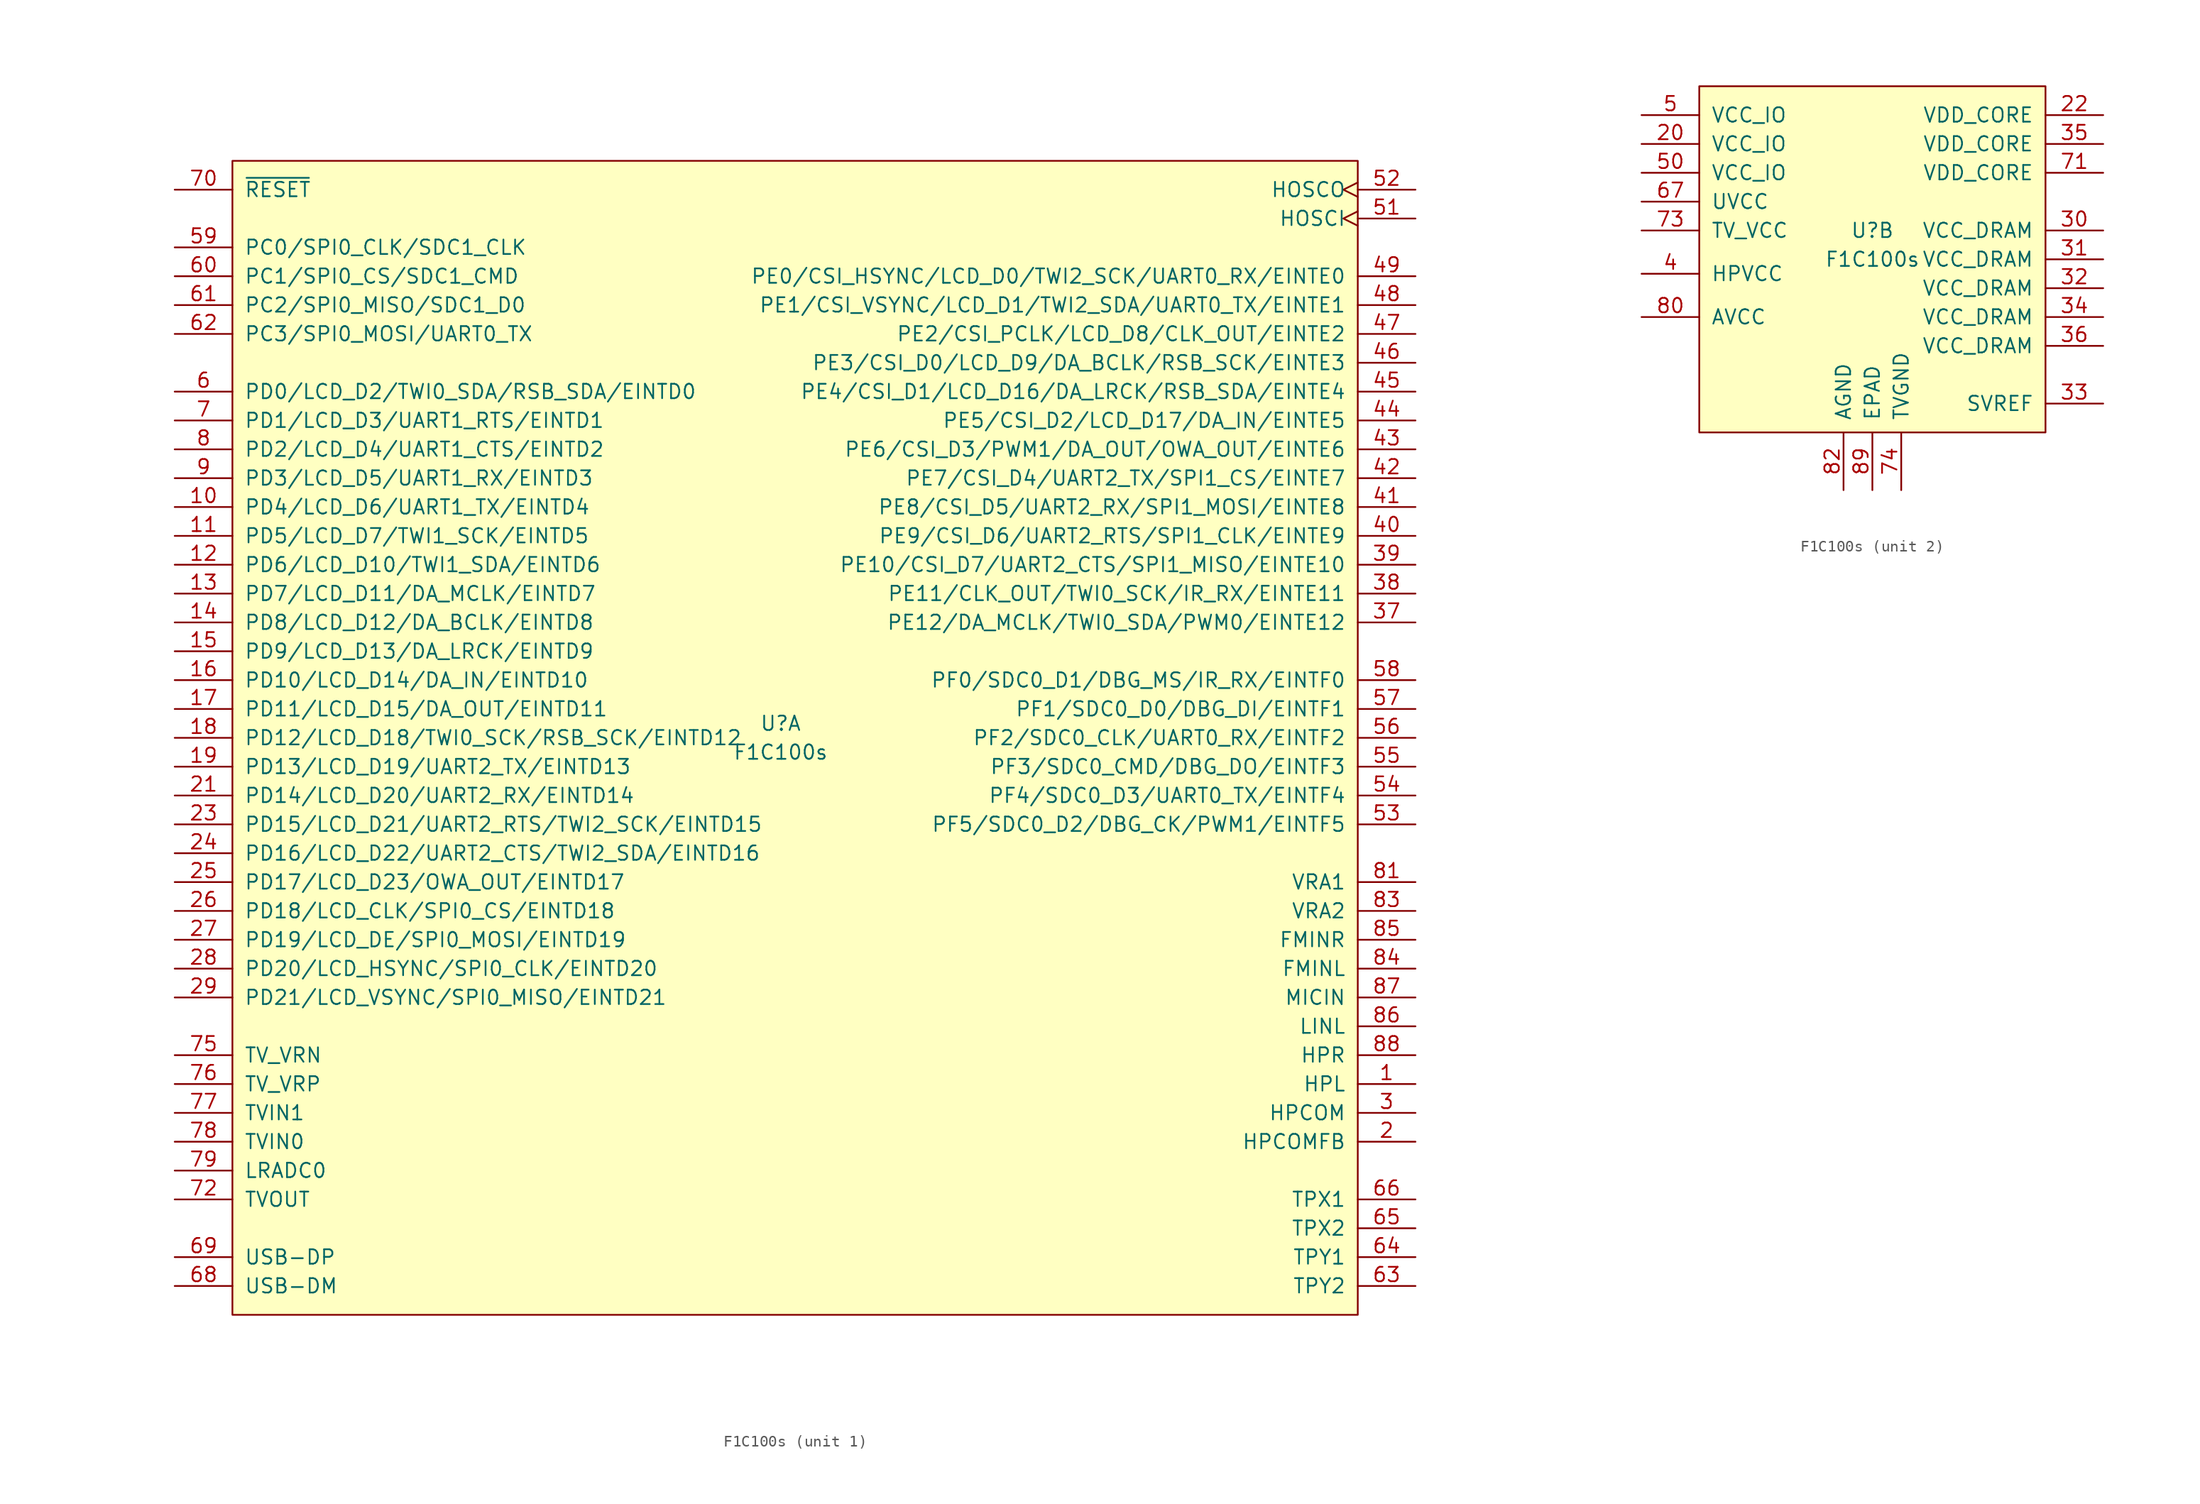
<source format=kicad_sym>
(kicad_symbol_lib
  (version 20241209)
  (generator "kicad_symbol_editor")
  (generator_version "9.0")
  (symbol "F1C100s"
    (pin_names
      (offset 1.016))
    (property "Reference" "U"
      (at 0 1.27 0)
      (effects (font (size 1.27 1.27))))
    (property "Value" "F1C100s"
      (at 0 -1.27 0)
      (effects (font (size 1.27 1.27))))
    (property "ki_locked" ""
      (at 0 0 0)
      (effects (font (size 1.27 1.27))))
    (symbol "F1C100s_1_0"
      (pin input line (at -53.34 48.26 0) (length 5.08) (name "~{RESET}" (effects (font (size 1.27 1.27)))) (number "70" (effects (font (size 1.27 1.27)))))
      (pin bidirectional line (at -53.34 43.18 0) (length 5.08) (name "PC0/SPI0_CLK/SDC1_CLK" (effects (font (size 1.27 1.27)))) (number "59" (effects (font (size 1.27 1.27)))))
      (pin bidirectional line (at -53.34 40.64 0) (length 5.08) (name "PC1/SPI0_CS/SDC1_CMD" (effects (font (size 1.27 1.27)))) (number "60" (effects (font (size 1.27 1.27)))))
      (pin bidirectional line (at -53.34 38.1 0) (length 5.08) (name "PC2/SPI0_MISO/SDC1_D0" (effects (font (size 1.27 1.27)))) (number "61" (effects (font (size 1.27 1.27)))))
      (pin bidirectional line (at -53.34 35.56 0) (length 5.08) (name "PC3/SPI0_MOSI/UART0_TX" (effects (font (size 1.27 1.27)))) (number "62" (effects (font (size 1.27 1.27)))))
      (pin bidirectional line (at -53.34 30.48 0) (length 5.08) (name "PD0/LCD_D2/TWI0_SDA/RSB_SDA/EINTD0" (effects (font (size 1.27 1.27)))) (number "6" (effects (font (size 1.27 1.27)))))
      (pin bidirectional line (at -53.34 27.94 0) (length 5.08) (name "PD1/LCD_D3/UART1_RTS/EINTD1" (effects (font (size 1.27 1.27)))) (number "7" (effects (font (size 1.27 1.27)))))
      (pin bidirectional line (at -53.34 25.4 0) (length 5.08) (name "PD2/LCD_D4/UART1_CTS/EINTD2" (effects (font (size 1.27 1.27)))) (number "8" (effects (font (size 1.27 1.27)))))
      (pin bidirectional line (at -53.34 22.86 0) (length 5.08) (name "PD3/LCD_D5/UART1_RX/EINTD3" (effects (font (size 1.27 1.27)))) (number "9" (effects (font (size 1.27 1.27)))))
      (pin bidirectional line (at -53.34 20.32 0) (length 5.08) (name "PD4/LCD_D6/UART1_TX/EINTD4" (effects (font (size 1.27 1.27)))) (number "10" (effects (font (size 1.27 1.27)))))
      (pin bidirectional line (at -53.34 17.78 0) (length 5.08) (name "PD5/LCD_D7/TWI1_SCK/EINTD5" (effects (font (size 1.27 1.27)))) (number "11" (effects (font (size 1.27 1.27)))))
      (pin bidirectional line (at -53.34 15.24 0) (length 5.08) (name "PD6/LCD_D10/TWI1_SDA/EINTD6" (effects (font (size 1.27 1.27)))) (number "12" (effects (font (size 1.27 1.27)))))
      (pin bidirectional line (at -53.34 12.7 0) (length 5.08) (name "PD7/LCD_D11/DA_MCLK/EINTD7" (effects (font (size 1.27 1.27)))) (number "13" (effects (font (size 1.27 1.27)))))
      (pin bidirectional line (at -53.34 10.16 0) (length 5.08) (name "PD8/LCD_D12/DA_BCLK/EINTD8" (effects (font (size 1.27 1.27)))) (number "14" (effects (font (size 1.27 1.27)))))
      (pin bidirectional line (at -53.34 7.62 0) (length 5.08) (name "PD9/LCD_D13/DA_LRCK/EINTD9" (effects (font (size 1.27 1.27)))) (number "15" (effects (font (size 1.27 1.27)))))
      (pin bidirectional line (at -53.34 5.08 0) (length 5.08) (name "PD10/LCD_D14/DA_IN/EINTD10" (effects (font (size 1.27 1.27)))) (number "16" (effects (font (size 1.27 1.27)))))
      (pin bidirectional line (at -53.34 2.54 0) (length 5.08) (name "PD11/LCD_D15/DA_OUT/EINTD11" (effects (font (size 1.27 1.27)))) (number "17" (effects (font (size 1.27 1.27)))))
      (pin bidirectional line (at -53.34 0 0) (length 5.08) (name "PD12/LCD_D18/TWI0_SCK/RSB_SCK/EINTD12" (effects (font (size 1.27 1.27)))) (number "18" (effects (font (size 1.27 1.27)))))
      (pin bidirectional line (at -53.34 -2.54 0) (length 5.08) (name "PD13/LCD_D19/UART2_TX/EINTD13" (effects (font (size 1.27 1.27)))) (number "19" (effects (font (size 1.27 1.27)))))
      (pin bidirectional line (at -53.34 -5.08 0) (length 5.08) (name "PD14/LCD_D20/UART2_RX/EINTD14" (effects (font (size 1.27 1.27)))) (number "21" (effects (font (size 1.27 1.27)))))
      (pin bidirectional line (at -53.34 -7.62 0) (length 5.08) (name "PD15/LCD_D21/UART2_RTS/TWI2_SCK/EINTD15" (effects (font (size 1.27 1.27)))) (number "23" (effects (font (size 1.27 1.27)))))
      (pin bidirectional line (at -53.34 -10.16 0) (length 5.08) (name "PD16/LCD_D22/UART2_CTS/TWI2_SDA/EINTD16" (effects (font (size 1.27 1.27)))) (number "24" (effects (font (size 1.27 1.27)))))
      (pin bidirectional line (at -53.34 -12.7 0) (length 5.08) (name "PD17/LCD_D23/OWA_OUT/EINTD17" (effects (font (size 1.27 1.27)))) (number "25" (effects (font (size 1.27 1.27)))))
      (pin bidirectional line (at -53.34 -15.24 0) (length 5.08) (name "PD18/LCD_CLK/SPI0_CS/EINTD18" (effects (font (size 1.27 1.27)))) (number "26" (effects (font (size 1.27 1.27)))))
      (pin bidirectional line (at -53.34 -17.78 0) (length 5.08) (name "PD19/LCD_DE/SPI0_MOSI/EINTD19" (effects (font (size 1.27 1.27)))) (number "27" (effects (font (size 1.27 1.27)))))
      (pin bidirectional line (at -53.34 -20.32 0) (length 5.08) (name "PD20/LCD_HSYNC/SPI0_CLK/EINTD20" (effects (font (size 1.27 1.27)))) (number "28" (effects (font (size 1.27 1.27)))))
      (pin bidirectional line (at -53.34 -22.86 0) (length 5.08) (name "PD21/LCD_VSYNC/SPI0_MISO/EINTD21" (effects (font (size 1.27 1.27)))) (number "29" (effects (font (size 1.27 1.27)))))
      (pin input line (at -53.34 -27.94 0) (length 5.08) (name "TV_VRN" (effects (font (size 1.27 1.27)))) (number "75" (effects (font (size 1.27 1.27)))))
      (pin input line (at -53.34 -30.48 0) (length 5.08) (name "TV_VRP" (effects (font (size 1.27 1.27)))) (number "76" (effects (font (size 1.27 1.27)))))
      (pin input line (at -53.34 -33.02 0) (length 5.08) (name "TVIN1" (effects (font (size 1.27 1.27)))) (number "77" (effects (font (size 1.27 1.27)))))
      (pin input line (at -53.34 -35.56 0) (length 5.08) (name "TVIN0" (effects (font (size 1.27 1.27)))) (number "78" (effects (font (size 1.27 1.27)))))
      (pin input line (at -53.34 -38.1 0) (length 5.08) (name "LRADC0" (effects (font (size 1.27 1.27)))) (number "79" (effects (font (size 1.27 1.27)))))
      (pin output line (at -53.34 -40.64 0) (length 5.08) (name "TVOUT" (effects (font (size 1.27 1.27)))) (number "72" (effects (font (size 1.27 1.27)))))
      (pin bidirectional line (at -53.34 -45.72 0) (length 5.08) (name "USB-DP" (effects (font (size 1.27 1.27)))) (number "69" (effects (font (size 1.27 1.27)))))
      (pin bidirectional line (at -53.34 -48.26 0) (length 5.08) (name "USB-DM" (effects (font (size 1.27 1.27)))) (number "68" (effects (font (size 1.27 1.27)))))
      (pin input clock (at 55.88 48.26 180) (length 5.08) (name "HOSCO" (effects (font (size 1.27 1.27)))) (number "52" (effects (font (size 1.27 1.27)))))
      (pin input clock (at 55.88 45.72 180) (length 5.08) (name "HOSCI" (effects (font (size 1.27 1.27)))) (number "51" (effects (font (size 1.27 1.27)))))
      (pin bidirectional line (at 55.88 40.64 180) (length 5.08) (name "PE0/CSI_HSYNC/LCD_D0/TWI2_SCK/UART0_RX/EINTE0" (effects (font (size 1.27 1.27)))) (number "49" (effects (font (size 1.27 1.27)))))
      (pin bidirectional line (at 55.88 38.1 180) (length 5.08) (name "PE1/CSI_VSYNC/LCD_D1/TWI2_SDA/UART0_TX/EINTE1" (effects (font (size 1.27 1.27)))) (number "48" (effects (font (size 1.27 1.27)))))
      (pin bidirectional line (at 55.88 35.56 180) (length 5.08) (name "PE2/CSI_PCLK/LCD_D8/CLK_OUT/EINTE2" (effects (font (size 1.27 1.27)))) (number "47" (effects (font (size 1.27 1.27)))))
      (pin bidirectional line (at 55.88 33.02 180) (length 5.08) (name "PE3/CSI_D0/LCD_D9/DA_BCLK/RSB_SCK/EINTE3" (effects (font (size 1.27 1.27)))) (number "46" (effects (font (size 1.27 1.27)))))
      (pin bidirectional line (at 55.88 30.48 180) (length 5.08) (name "PE4/CSI_D1/LCD_D16/DA_LRCK/RSB_SDA/EINTE4" (effects (font (size 1.27 1.27)))) (number "45" (effects (font (size 1.27 1.27)))))
      (pin bidirectional line (at 55.88 27.94 180) (length 5.08) (name "PE5/CSI_D2/LCD_D17/DA_IN/EINTE5" (effects (font (size 1.27 1.27)))) (number "44" (effects (font (size 1.27 1.27)))))
      (pin bidirectional line (at 55.88 25.4 180) (length 5.08) (name "PE6/CSI_D3/PWM1/DA_OUT/OWA_OUT/EINTE6" (effects (font (size 1.27 1.27)))) (number "43" (effects (font (size 1.27 1.27)))))
      (pin bidirectional line (at 55.88 22.86 180) (length 5.08) (name "PE7/CSI_D4/UART2_TX/SPI1_CS/EINTE7" (effects (font (size 1.27 1.27)))) (number "42" (effects (font (size 1.27 1.27)))))
      (pin bidirectional line (at 55.88 20.32 180) (length 5.08) (name "PE8/CSI_D5/UART2_RX/SPI1_MOSI/EINTE8" (effects (font (size 1.27 1.27)))) (number "41" (effects (font (size 1.27 1.27)))))
      (pin bidirectional line (at 55.88 17.78 180) (length 5.08) (name "PE9/CSI_D6/UART2_RTS/SPI1_CLK/EINTE9" (effects (font (size 1.27 1.27)))) (number "40" (effects (font (size 1.27 1.27)))))
      (pin bidirectional line (at 55.88 15.24 180) (length 5.08) (name "PE10/CSI_D7/UART2_CTS/SPI1_MISO/EINTE10" (effects (font (size 1.27 1.27)))) (number "39" (effects (font (size 1.27 1.27)))))
      (pin bidirectional line (at 55.88 12.7 180) (length 5.08) (name "PE11/CLK_OUT/TWI0_SCK/IR_RX/EINTE11" (effects (font (size 1.27 1.27)))) (number "38" (effects (font (size 1.27 1.27)))))
      (pin bidirectional line (at 55.88 10.16 180) (length 5.08) (name "PE12/DA_MCLK/TWI0_SDA/PWM0/EINTE12" (effects (font (size 1.27 1.27)))) (number "37" (effects (font (size 1.27 1.27)))))
      (pin bidirectional line (at 55.88 5.08 180) (length 5.08) (name "PF0/SDC0_D1/DBG_MS/IR_RX/EINTF0" (effects (font (size 1.27 1.27)))) (number "58" (effects (font (size 1.27 1.27)))))
      (pin bidirectional line (at 55.88 2.54 180) (length 5.08) (name "PF1/SDC0_D0/DBG_DI/EINTF1" (effects (font (size 1.27 1.27)))) (number "57" (effects (font (size 1.27 1.27)))))
      (pin bidirectional line (at 55.88 0 180) (length 5.08) (name "PF2/SDC0_CLK/UART0_RX/EINTF2" (effects (font (size 1.27 1.27)))) (number "56" (effects (font (size 1.27 1.27)))))
      (pin bidirectional line (at 55.88 -2.54 180) (length 5.08) (name "PF3/SDC0_CMD/DBG_DO/EINTF3" (effects (font (size 1.27 1.27)))) (number "55" (effects (font (size 1.27 1.27)))))
      (pin bidirectional line (at 55.88 -5.08 180) (length 5.08) (name "PF4/SDC0_D3/UART0_TX/EINTF4" (effects (font (size 1.27 1.27)))) (number "54" (effects (font (size 1.27 1.27)))))
      (pin bidirectional line (at 55.88 -7.62 180) (length 5.08) (name "PF5/SDC0_D2/DBG_CK/PWM1/EINTF5" (effects (font (size 1.27 1.27)))) (number "53" (effects (font (size 1.27 1.27)))))
      (pin input line (at 55.88 -17.78 180) (length 5.08) (name "FMINR" (effects (font (size 1.27 1.27)))) (number "85" (effects (font (size 1.27 1.27)))))
      (pin input line (at 55.88 -20.32 180) (length 5.08) (name "FMINL" (effects (font (size 1.27 1.27)))) (number "84" (effects (font (size 1.27 1.27)))))
      (pin input line (at 55.88 -22.86 180) (length 5.08) (name "MICIN" (effects (font (size 1.27 1.27)))) (number "87" (effects (font (size 1.27 1.27)))))
      (pin input line (at 55.88 -25.4 180) (length 5.08) (name "LINL" (effects (font (size 1.27 1.27)))) (number "86" (effects (font (size 1.27 1.27)))))
      (pin output line (at 55.88 -27.94 180) (length 5.08) (name "HPR" (effects (font (size 1.27 1.27)))) (number "88" (effects (font (size 1.27 1.27)))))
      (pin output line (at 55.88 -30.48 180) (length 5.08) (name "HPL" (effects (font (size 1.27 1.27)))) (number "1" (effects (font (size 1.27 1.27)))))
      (pin output line (at 55.88 -33.02 180) (length 5.08) (name "HPCOM" (effects (font (size 1.27 1.27)))) (number "3" (effects (font (size 1.27 1.27)))))
      (pin input line (at 55.88 -35.56 180) (length 5.08) (name "HPCOMFB" (effects (font (size 1.27 1.27)))) (number "2" (effects (font (size 1.27 1.27)))))
      (pin input line (at 55.88 -40.64 180) (length 5.08) (name "TPX1" (effects (font (size 1.27 1.27)))) (number "66" (effects (font (size 1.27 1.27)))))
      (pin input line (at 55.88 -43.18 180) (length 5.08) (name "TPX2" (effects (font (size 1.27 1.27)))) (number "65" (effects (font (size 1.27 1.27)))))
      (pin input line (at 55.88 -45.72 180) (length 5.08) (name "TPY1" (effects (font (size 1.27 1.27)))) (number "64" (effects (font (size 1.27 1.27)))))
      (pin input line (at 55.88 -48.26 180) (length 5.08) (name "TPY2" (effects (font (size 1.27 1.27)))) (number "63" (effects (font (size 1.27 1.27))))))
    (symbol "F1C100s_1_1"
      (rectangle (start -48.26 50.8) (end 50.8 -50.8) (stroke (width 0) (type default)) (fill (type background)))
      (pin output line (at 55.88 -12.7 180) (length 5.08) (name "VRA1" (effects (font (size 1.27 1.27)))) (number "81" (effects (font (size 1.27 1.27)))))
      (pin output line (at 55.88 -15.24 180) (length 5.08) (name "VRA2" (effects (font (size 1.27 1.27)))) (number "83" (effects (font (size 1.27 1.27))))))
    (symbol "F1C100s_2_0"
      (pin power_in line (at -20.32 11.43 0) (length 5.08) (name "VCC_IO" (effects (font (size 1.27 1.27)))) (number "5" (effects (font (size 1.27 1.27)))))
      (pin power_in line (at -20.32 8.89 0) (length 5.08) (name "VCC_IO" (effects (font (size 1.27 1.27)))) (number "20" (effects (font (size 1.27 1.27)))))
      (pin power_in line (at -20.32 6.35 0) (length 5.08) (name "VCC_IO" (effects (font (size 1.27 1.27)))) (number "50" (effects (font (size 1.27 1.27)))))
      (pin power_in line (at -20.32 3.81 0) (length 5.08) (name "UVCC" (effects (font (size 1.27 1.27)))) (number "67" (effects (font (size 1.27 1.27)))))
      (pin power_in line (at -20.32 1.27 0) (length 5.08) (name "TV_VCC" (effects (font (size 1.27 1.27)))) (number "73" (effects (font (size 1.27 1.27)))))
      (pin power_in line (at -20.32 -2.54 0) (length 5.08) (name "HPVCC" (effects (font (size 1.27 1.27)))) (number "4" (effects (font (size 1.27 1.27)))))
      (pin power_in line (at -20.32 -6.35 0) (length 5.08) (name "AVCC" (effects (font (size 1.27 1.27)))) (number "80" (effects (font (size 1.27 1.27)))))
      (pin power_in line (at -2.54 -21.59 90) (length 5.08) (name "AGND" (effects (font (size 1.27 1.27)))) (number "82" (effects (font (size 1.27 1.27)))))
      (pin power_in line (at 0 -21.59 90) (length 5.08) (name "EPAD" (effects (font (size 1.27 1.27)))) (number "89" (effects (font (size 1.27 1.27)))))
      (pin power_in line (at 2.54 -21.59 90) (length 5.08) (name "TVGND" (effects (font (size 1.27 1.27)))) (number "74" (effects (font (size 1.27 1.27)))))
      (pin power_in line (at 20.32 11.43 180) (length 5.08) (name "VDD_CORE" (effects (font (size 1.27 1.27)))) (number "22" (effects (font (size 1.27 1.27)))))
      (pin power_in line (at 20.32 8.89 180) (length 5.08) (name "VDD_CORE" (effects (font (size 1.27 1.27)))) (number "35" (effects (font (size 1.27 1.27)))))
      (pin power_in line (at 20.32 6.35 180) (length 5.08) (name "VDD_CORE" (effects (font (size 1.27 1.27)))) (number "71" (effects (font (size 1.27 1.27)))))
      (pin power_in line (at 20.32 1.27 180) (length 5.08) (name "VCC_DRAM" (effects (font (size 1.27 1.27)))) (number "30" (effects (font (size 1.27 1.27)))))
      (pin power_in line (at 20.32 -1.27 180) (length 5.08) (name "VCC_DRAM" (effects (font (size 1.27 1.27)))) (number "31" (effects (font (size 1.27 1.27)))))
      (pin power_in line (at 20.32 -3.81 180) (length 5.08) (name "VCC_DRAM" (effects (font (size 1.27 1.27)))) (number "32" (effects (font (size 1.27 1.27)))))
      (pin power_in line (at 20.32 -6.35 180) (length 5.08) (name "VCC_DRAM" (effects (font (size 1.27 1.27)))) (number "34" (effects (font (size 1.27 1.27)))))
      (pin power_in line (at 20.32 -8.89 180) (length 5.08) (name "VCC_DRAM" (effects (font (size 1.27 1.27)))) (number "36" (effects (font (size 1.27 1.27)))))
      (pin input line (at 20.32 -13.97 180) (length 5.08) (name "SVREF" (effects (font (size 1.27 1.27)))) (number "33" (effects (font (size 1.27 1.27))))))
    (symbol "F1C100s_2_1"
      (rectangle (start -15.24 13.97) (end 15.24 -16.51) (stroke (width 0) (type default)) (fill (type background))))))
</source>
